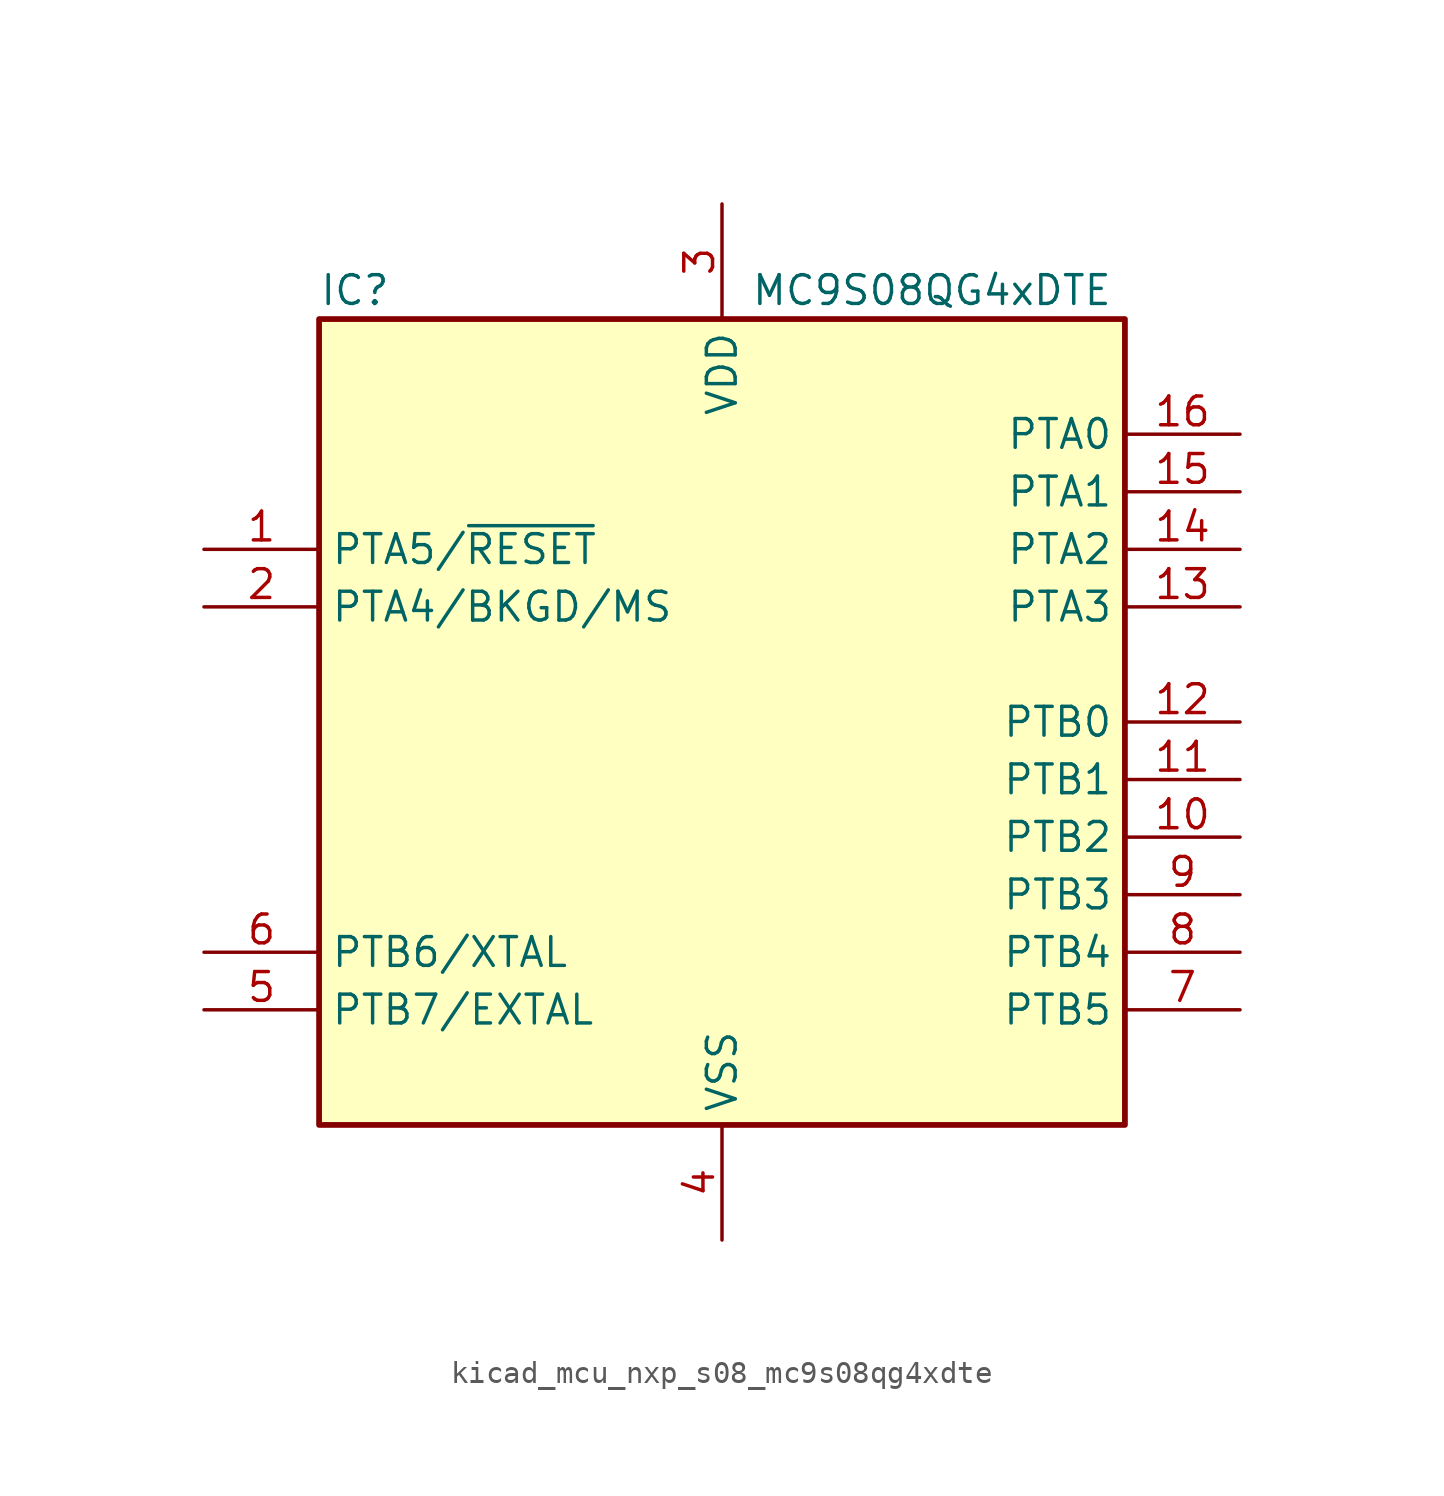
<source format=kicad_sym>
(kicad_symbol_lib
  (version 20220914)
  (generator kicad_symbol_editor)
  (symbol "kicad_mcu_nxp_s08_mc9s08qg4xdte"
    (property "Reference" "IC"
      (at -17.78 19.05 0)
      (effects (font (size 1.27 1.27)) (justify left)))
    (property "Value" "MC9S08QG4xDTE"
      (at 1.27 19.05 0)
      (effects (font (size 1.27 1.27)) (justify left)))
    (symbol "kicad_mcu_nxp_s08_mc9s08qg4xdte_0_1"
      (rectangle (start -17.78 17.78) (end 17.78 -17.78) (stroke (width 0.254) (type default)) (fill (type background))))
    (symbol "kicad_mcu_nxp_s08_mc9s08qg4xdte_1_1"
      (pin bidirectional line (at -22.86 7.62 0) (length 5.08) (name "PTA5/~{RESET}" (effects (font (size 1.27 1.27)))) (number "1" (effects (font (size 1.27 1.27)))))
      (pin bidirectional line (at 22.86 -5.08 180) (length 5.08) (name "PTB2" (effects (font (size 1.27 1.27)))) (number "10" (effects (font (size 1.27 1.27)))))
      (pin bidirectional line (at 22.86 -2.54 180) (length 5.08) (name "PTB1" (effects (font (size 1.27 1.27)))) (number "11" (effects (font (size 1.27 1.27)))))
      (pin bidirectional line (at 22.86 0 180) (length 5.08) (name "PTB0" (effects (font (size 1.27 1.27)))) (number "12" (effects (font (size 1.27 1.27)))))
      (pin bidirectional line (at 22.86 5.08 180) (length 5.08) (name "PTA3" (effects (font (size 1.27 1.27)))) (number "13" (effects (font (size 1.27 1.27)))))
      (pin bidirectional line (at 22.86 7.62 180) (length 5.08) (name "PTA2" (effects (font (size 1.27 1.27)))) (number "14" (effects (font (size 1.27 1.27)))))
      (pin bidirectional line (at 22.86 10.16 180) (length 5.08) (name "PTA1" (effects (font (size 1.27 1.27)))) (number "15" (effects (font (size 1.27 1.27)))))
      (pin bidirectional line (at 22.86 12.7 180) (length 5.08) (name "PTA0" (effects (font (size 1.27 1.27)))) (number "16" (effects (font (size 1.27 1.27)))))
      (pin bidirectional line (at -22.86 5.08 0) (length 5.08) (name "PTA4/BKGD/MS" (effects (font (size 1.27 1.27)))) (number "2" (effects (font (size 1.27 1.27)))))
      (pin power_in line (at 0 22.86 270) (length 5.08) (name "VDD" (effects (font (size 1.27 1.27)))) (number "3" (effects (font (size 1.27 1.27)))))
      (pin power_in line (at 0 -22.86 90) (length 5.08) (name "VSS" (effects (font (size 1.27 1.27)))) (number "4" (effects (font (size 1.27 1.27)))))
      (pin bidirectional line (at -22.86 -12.7 0) (length 5.08) (name "PTB7/EXTAL" (effects (font (size 1.27 1.27)))) (number "5" (effects (font (size 1.27 1.27)))))
      (pin bidirectional line (at -22.86 -10.16 0) (length 5.08) (name "PTB6/XTAL" (effects (font (size 1.27 1.27)))) (number "6" (effects (font (size 1.27 1.27)))))
      (pin bidirectional line (at 22.86 -12.7 180) (length 5.08) (name "PTB5" (effects (font (size 1.27 1.27)))) (number "7" (effects (font (size 1.27 1.27)))))
      (pin bidirectional line (at 22.86 -10.16 180) (length 5.08) (name "PTB4" (effects (font (size 1.27 1.27)))) (number "8" (effects (font (size 1.27 1.27)))))
      (pin bidirectional line (at 22.86 -7.62 180) (length 5.08) (name "PTB3" (effects (font (size 1.27 1.27)))) (number "9" (effects (font (size 1.27 1.27))))))))
</source>
